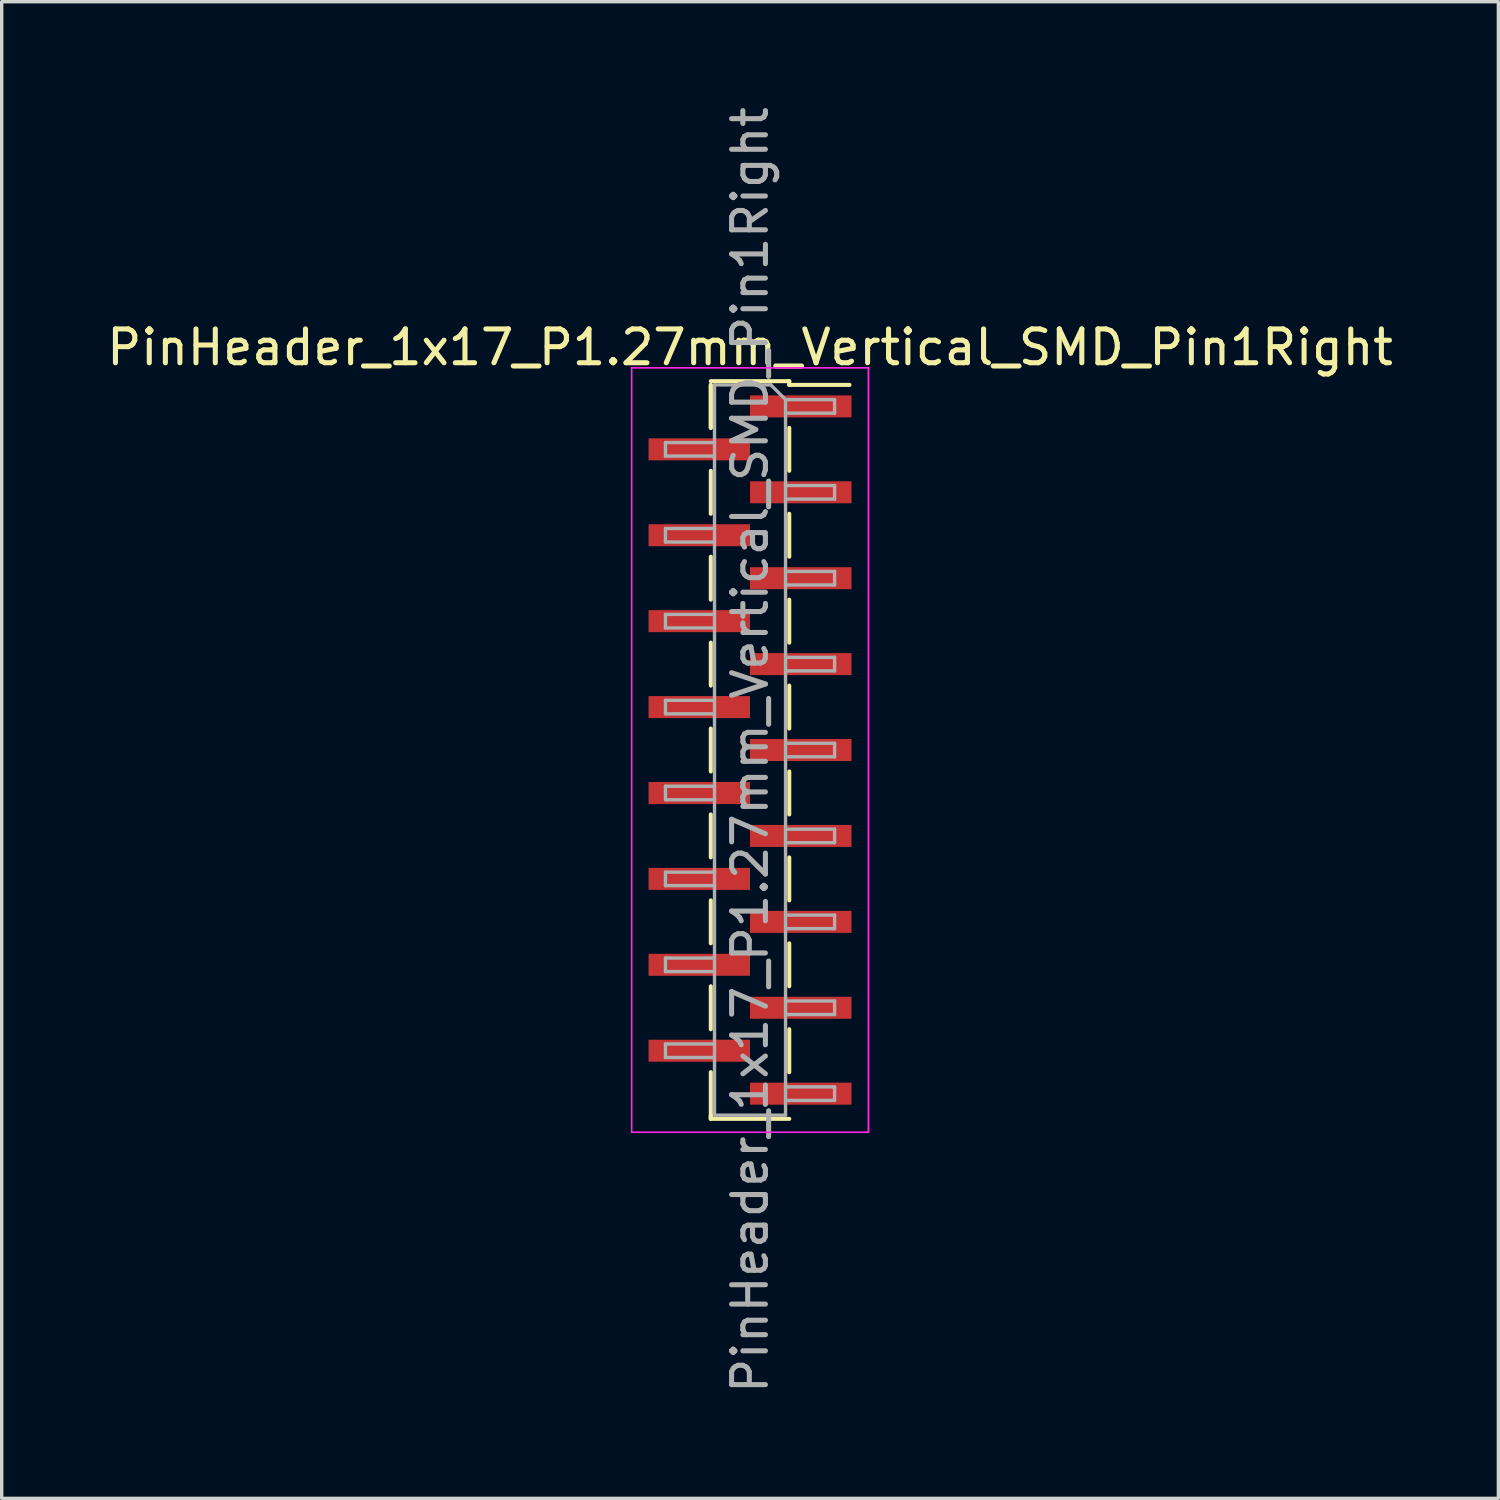
<source format=kicad_pcb>
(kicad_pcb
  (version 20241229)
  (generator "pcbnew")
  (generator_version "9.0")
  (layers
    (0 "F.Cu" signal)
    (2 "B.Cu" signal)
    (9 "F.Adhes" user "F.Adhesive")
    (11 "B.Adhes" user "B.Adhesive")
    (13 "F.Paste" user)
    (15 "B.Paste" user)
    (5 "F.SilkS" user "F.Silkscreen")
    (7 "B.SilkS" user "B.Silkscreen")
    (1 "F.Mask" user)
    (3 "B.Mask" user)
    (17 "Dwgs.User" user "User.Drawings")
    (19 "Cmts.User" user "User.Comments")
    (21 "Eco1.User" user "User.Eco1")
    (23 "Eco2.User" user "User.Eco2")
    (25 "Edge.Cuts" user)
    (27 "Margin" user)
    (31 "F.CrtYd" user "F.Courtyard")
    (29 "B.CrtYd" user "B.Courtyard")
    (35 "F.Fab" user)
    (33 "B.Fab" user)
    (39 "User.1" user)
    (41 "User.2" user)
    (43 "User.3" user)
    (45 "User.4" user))
  (footprint "PinHeader_1x17_P1.27mm_Vertical_SMD_Pin1Right"
    (layer "F.Cu")
    (at 19.125 19.125)
    (property "Reference" "PinHeader_1x17_P1.27mm_Vertical_SMD_Pin1Right" (at 0 -11.905 0) (layer "F.SilkS") (effects (font (size 1 1) (thickness 0.15))))
    (attr smd)
    (fp_line (start -1.16 -10.905) (end 1.16 -10.905) (stroke (width 0.12) (type solid)) (layer "F.SilkS"))
    (fp_line (start -1.16 -10.795) (end -1.16 -9.525) (stroke (width 0.12) (type solid)) (layer "F.SilkS"))
    (fp_line (start -1.16 -10.795) (end -1.16 -9.525) (stroke (width 0.12) (type solid)) (layer "F.SilkS"))
    (fp_line (start -1.16 -8.255) (end -1.16 -6.985) (stroke (width 0.12) (type solid)) (layer "F.SilkS"))
    (fp_line (start -1.16 -5.715) (end -1.16 -4.445) (stroke (width 0.12) (type solid)) (layer "F.SilkS"))
    (fp_line (start -1.16 -3.175) (end -1.16 -1.905) (stroke (width 0.12) (type solid)) (layer "F.SilkS"))
    (fp_line (start -1.16 -0.635) (end -1.16 0.635) (stroke (width 0.12) (type solid)) (layer "F.SilkS"))
    (fp_line (start -1.16 1.905) (end -1.16 3.175) (stroke (width 0.12) (type solid)) (layer "F.SilkS"))
    (fp_line (start -1.16 4.445) (end -1.16 5.715) (stroke (width 0.12) (type solid)) (layer "F.SilkS"))
    (fp_line (start -1.16 6.985) (end -1.16 8.255) (stroke (width 0.12) (type solid)) (layer "F.SilkS"))
    (fp_line (start -1.16 9.525) (end -1.16 10.905) (stroke (width 0.12) (type solid)) (layer "F.SilkS"))
    (fp_line (start -1.16 10.795) (end -1.16 10.905) (stroke (width 0.12) (type solid)) (layer "F.SilkS"))
    (fp_line (start -1.16 10.905) (end 1.16 10.905) (stroke (width 0.12) (type solid)) (layer "F.SilkS"))
    (fp_line (start 1.16 -10.905) (end 1.16 -10.795) (stroke (width 0.12) (type solid)) (layer "F.SilkS"))
    (fp_line (start 1.16 -10.795) (end 2.94 -10.795) (stroke (width 0.12) (type solid)) (layer "F.SilkS"))
    (fp_line (start 1.16 -9.525) (end 1.16 -8.255) (stroke (width 0.12) (type solid)) (layer "F.SilkS"))
    (fp_line (start 1.16 -6.985) (end 1.16 -5.715) (stroke (width 0.12) (type solid)) (layer "F.SilkS"))
    (fp_line (start 1.16 -4.445) (end 1.16 -3.175) (stroke (width 0.12) (type solid)) (layer "F.SilkS"))
    (fp_line (start 1.16 -1.905) (end 1.16 -0.635) (stroke (width 0.12) (type solid)) (layer "F.SilkS"))
    (fp_line (start 1.16 0.635) (end 1.16 1.905) (stroke (width 0.12) (type solid)) (layer "F.SilkS"))
    (fp_line (start 1.16 3.175) (end 1.16 4.445) (stroke (width 0.12) (type solid)) (layer "F.SilkS"))
    (fp_line (start 1.16 5.715) (end 1.16 6.985) (stroke (width 0.12) (type solid)) (layer "F.SilkS"))
    (fp_line (start 1.16 8.255) (end 1.16 9.525) (stroke (width 0.12) (type solid)) (layer "F.SilkS"))
    (fp_line (start -3.5 -11.3) (end -3.5 11.3) (stroke (width 0.05) (type solid)) (layer "F.CrtYd"))
    (fp_line (start -3.5 11.3) (end 3.5 11.3) (stroke (width 0.05) (type solid)) (layer "F.CrtYd"))
    (fp_line (start 3.5 -11.3) (end -3.5 -11.3) (stroke (width 0.05) (type solid)) (layer "F.CrtYd"))
    (fp_line (start 3.5 11.3) (end 3.5 -11.3) (stroke (width 0.05) (type solid)) (layer "F.CrtYd"))
    (fp_line (start -2.5 -9.09) (end -2.5 -8.69) (stroke (width 0.1) (type solid)) (layer "F.Fab"))
    (fp_line (start -2.5 -8.69) (end -1.05 -8.69) (stroke (width 0.1) (type solid)) (layer "F.Fab"))
    (fp_line (start -2.5 -6.55) (end -2.5 -6.15) (stroke (width 0.1) (type solid)) (layer "F.Fab"))
    (fp_line (start -2.5 -6.15) (end -1.05 -6.15) (stroke (width 0.1) (type solid)) (layer "F.Fab"))
    (fp_line (start -2.5 -4.01) (end -2.5 -3.61) (stroke (width 0.1) (type solid)) (layer "F.Fab"))
    (fp_line (start -2.5 -3.61) (end -1.05 -3.61) (stroke (width 0.1) (type solid)) (layer "F.Fab"))
    (fp_line (start -2.5 -1.47) (end -2.5 -1.07) (stroke (width 0.1) (type solid)) (layer "F.Fab"))
    (fp_line (start -2.5 -1.07) (end -1.05 -1.07) (stroke (width 0.1) (type solid)) (layer "F.Fab"))
    (fp_line (start -2.5 1.07) (end -2.5 1.47) (stroke (width 0.1) (type solid)) (layer "F.Fab"))
    (fp_line (start -2.5 1.47) (end -1.05 1.47) (stroke (width 0.1) (type solid)) (layer "F.Fab"))
    (fp_line (start -2.5 3.61) (end -2.5 4.01) (stroke (width 0.1) (type solid)) (layer "F.Fab"))
    (fp_line (start -2.5 4.01) (end -1.05 4.01) (stroke (width 0.1) (type solid)) (layer "F.Fab"))
    (fp_line (start -2.5 6.15) (end -2.5 6.55) (stroke (width 0.1) (type solid)) (layer "F.Fab"))
    (fp_line (start -2.5 6.55) (end -1.05 6.55) (stroke (width 0.1) (type solid)) (layer "F.Fab"))
    (fp_line (start -2.5 8.69) (end -2.5 9.09) (stroke (width 0.1) (type solid)) (layer "F.Fab"))
    (fp_line (start -2.5 9.09) (end -1.05 9.09) (stroke (width 0.1) (type solid)) (layer "F.Fab"))
    (fp_line (start -1.05 -10.795) (end -1.05 10.795) (stroke (width 0.1) (type solid)) (layer "F.Fab"))
    (fp_line (start -1.05 -10.795) (end 0.615 -10.795) (stroke (width 0.1) (type solid)) (layer "F.Fab"))
    (fp_line (start -1.05 -9.09) (end -2.5 -9.09) (stroke (width 0.1) (type solid)) (layer "F.Fab"))
    (fp_line (start -1.05 -6.55) (end -2.5 -6.55) (stroke (width 0.1) (type solid)) (layer "F.Fab"))
    (fp_line (start -1.05 -4.01) (end -2.5 -4.01) (stroke (width 0.1) (type solid)) (layer "F.Fab"))
    (fp_line (start -1.05 -1.47) (end -2.5 -1.47) (stroke (width 0.1) (type solid)) (layer "F.Fab"))
    (fp_line (start -1.05 1.07) (end -2.5 1.07) (stroke (width 0.1) (type solid)) (layer "F.Fab"))
    (fp_line (start -1.05 3.61) (end -2.5 3.61) (stroke (width 0.1) (type solid)) (layer "F.Fab"))
    (fp_line (start -1.05 6.15) (end -2.5 6.15) (stroke (width 0.1) (type solid)) (layer "F.Fab"))
    (fp_line (start -1.05 8.69) (end -2.5 8.69) (stroke (width 0.1) (type solid)) (layer "F.Fab"))
    (fp_line (start 1.05 -10.36) (end 0.615 -10.795) (stroke (width 0.1) (type solid)) (layer "F.Fab"))
    (fp_line (start 1.05 -10.36) (end 2.5 -10.36) (stroke (width 0.1) (type solid)) (layer "F.Fab"))
    (fp_line (start 1.05 -7.82) (end 2.5 -7.82) (stroke (width 0.1) (type solid)) (layer "F.Fab"))
    (fp_line (start 1.05 -5.28) (end 2.5 -5.28) (stroke (width 0.1) (type solid)) (layer "F.Fab"))
    (fp_line (start 1.05 -2.74) (end 2.5 -2.74) (stroke (width 0.1) (type solid)) (layer "F.Fab"))
    (fp_line (start 1.05 -0.2) (end 2.5 -0.2) (stroke (width 0.1) (type solid)) (layer "F.Fab"))
    (fp_line (start 1.05 2.34) (end 2.5 2.34) (stroke (width 0.1) (type solid)) (layer "F.Fab"))
    (fp_line (start 1.05 4.88) (end 2.5 4.88) (stroke (width 0.1) (type solid)) (layer "F.Fab"))
    (fp_line (start 1.05 7.42) (end 2.5 7.42) (stroke (width 0.1) (type solid)) (layer "F.Fab"))
    (fp_line (start 1.05 9.96) (end 2.5 9.96) (stroke (width 0.1) (type solid)) (layer "F.Fab"))
    (fp_line (start 1.05 10.795) (end -1.05 10.795) (stroke (width 0.1) (type solid)) (layer "F.Fab"))
    (fp_line (start 1.05 10.795) (end 1.05 -10.36) (stroke (width 0.1) (type solid)) (layer "F.Fab"))
    (fp_line (start 2.5 -10.36) (end 2.5 -9.96) (stroke (width 0.1) (type solid)) (layer "F.Fab"))
    (fp_line (start 2.5 -9.96) (end 1.05 -9.96) (stroke (width 0.1) (type solid)) (layer "F.Fab"))
    (fp_line (start 2.5 -7.82) (end 2.5 -7.42) (stroke (width 0.1) (type solid)) (layer "F.Fab"))
    (fp_line (start 2.5 -7.42) (end 1.05 -7.42) (stroke (width 0.1) (type solid)) (layer "F.Fab"))
    (fp_line (start 2.5 -5.28) (end 2.5 -4.88) (stroke (width 0.1) (type solid)) (layer "F.Fab"))
    (fp_line (start 2.5 -4.88) (end 1.05 -4.88) (stroke (width 0.1) (type solid)) (layer "F.Fab"))
    (fp_line (start 2.5 -2.74) (end 2.5 -2.34) (stroke (width 0.1) (type solid)) (layer "F.Fab"))
    (fp_line (start 2.5 -2.34) (end 1.05 -2.34) (stroke (width 0.1) (type solid)) (layer "F.Fab"))
    (fp_line (start 2.5 -0.2) (end 2.5 0.2) (stroke (width 0.1) (type solid)) (layer "F.Fab"))
    (fp_line (start 2.5 0.2) (end 1.05 0.2) (stroke (width 0.1) (type solid)) (layer "F.Fab"))
    (fp_line (start 2.5 2.34) (end 2.5 2.74) (stroke (width 0.1) (type solid)) (layer "F.Fab"))
    (fp_line (start 2.5 2.74) (end 1.05 2.74) (stroke (width 0.1) (type solid)) (layer "F.Fab"))
    (fp_line (start 2.5 4.88) (end 2.5 5.28) (stroke (width 0.1) (type solid)) (layer "F.Fab"))
    (fp_line (start 2.5 5.28) (end 1.05 5.28) (stroke (width 0.1) (type solid)) (layer "F.Fab"))
    (fp_line (start 2.5 7.42) (end 2.5 7.82) (stroke (width 0.1) (type solid)) (layer "F.Fab"))
    (fp_line (start 2.5 7.82) (end 1.05 7.82) (stroke (width 0.1) (type solid)) (layer "F.Fab"))
    (fp_line (start 2.5 9.96) (end 2.5 10.36) (stroke (width 0.1) (type solid)) (layer "F.Fab"))
    (fp_line (start 2.5 10.36) (end 1.05 10.36) (stroke (width 0.1) (type solid)) (layer "F.Fab"))
    (fp_text user "${REFERENCE}" (at 0 0 90) (layer "F.Fab") (effects (font (size 1 1) (thickness 0.15))))
    (pad "1" smd rect (at 1.5 -10.16) (size 3 0.65) (layers "F.Cu" "F.Mask" "F.Paste"))
    (pad "2" smd rect (at -1.5 -8.89) (size 3 0.65) (layers "F.Cu" "F.Mask" "F.Paste"))
    (pad "3" smd rect (at 1.5 -7.62) (size 3 0.65) (layers "F.Cu" "F.Mask" "F.Paste"))
    (pad "4" smd rect (at -1.5 -6.35) (size 3 0.65) (layers "F.Cu" "F.Mask" "F.Paste"))
    (pad "5" smd rect (at 1.5 -5.08) (size 3 0.65) (layers "F.Cu" "F.Mask" "F.Paste"))
    (pad "6" smd rect (at -1.5 -3.81) (size 3 0.65) (layers "F.Cu" "F.Mask" "F.Paste"))
    (pad "7" smd rect (at 1.5 -2.54) (size 3 0.65) (layers "F.Cu" "F.Mask" "F.Paste"))
    (pad "8" smd rect (at -1.5 -1.27) (size 3 0.65) (layers "F.Cu" "F.Mask" "F.Paste"))
    (pad "9" smd rect (at 1.5 0) (size 3 0.65) (layers "F.Cu" "F.Mask" "F.Paste"))
    (pad "10" smd rect (at -1.5 1.27) (size 3 0.65) (layers "F.Cu" "F.Mask" "F.Paste"))
    (pad "11" smd rect (at 1.5 2.54) (size 3 0.65) (layers "F.Cu" "F.Mask" "F.Paste"))
    (pad "12" smd rect (at -1.5 3.81) (size 3 0.65) (layers "F.Cu" "F.Mask" "F.Paste"))
    (pad "13" smd rect (at 1.5 5.08) (size 3 0.65) (layers "F.Cu" "F.Mask" "F.Paste"))
    (pad "14" smd rect (at -1.5 6.35) (size 3 0.65) (layers "F.Cu" "F.Mask" "F.Paste"))
    (pad "15" smd rect (at 1.5 7.62) (size 3 0.65) (layers "F.Cu" "F.Mask" "F.Paste"))
    (pad "16" smd rect (at -1.5 8.89) (size 3 0.65) (layers "F.Cu" "F.Mask" "F.Paste"))
    (pad "17" smd rect (at 1.5 10.16) (size 3 0.65) (layers "F.Cu" "F.Mask" "F.Paste")))
  (gr_rect
    (start -3 -3)
    (end 41.25 41.25)
    (stroke (width 0.1) (type default))
    (fill no)
    (layer "Edge.Cuts")))
</source>
